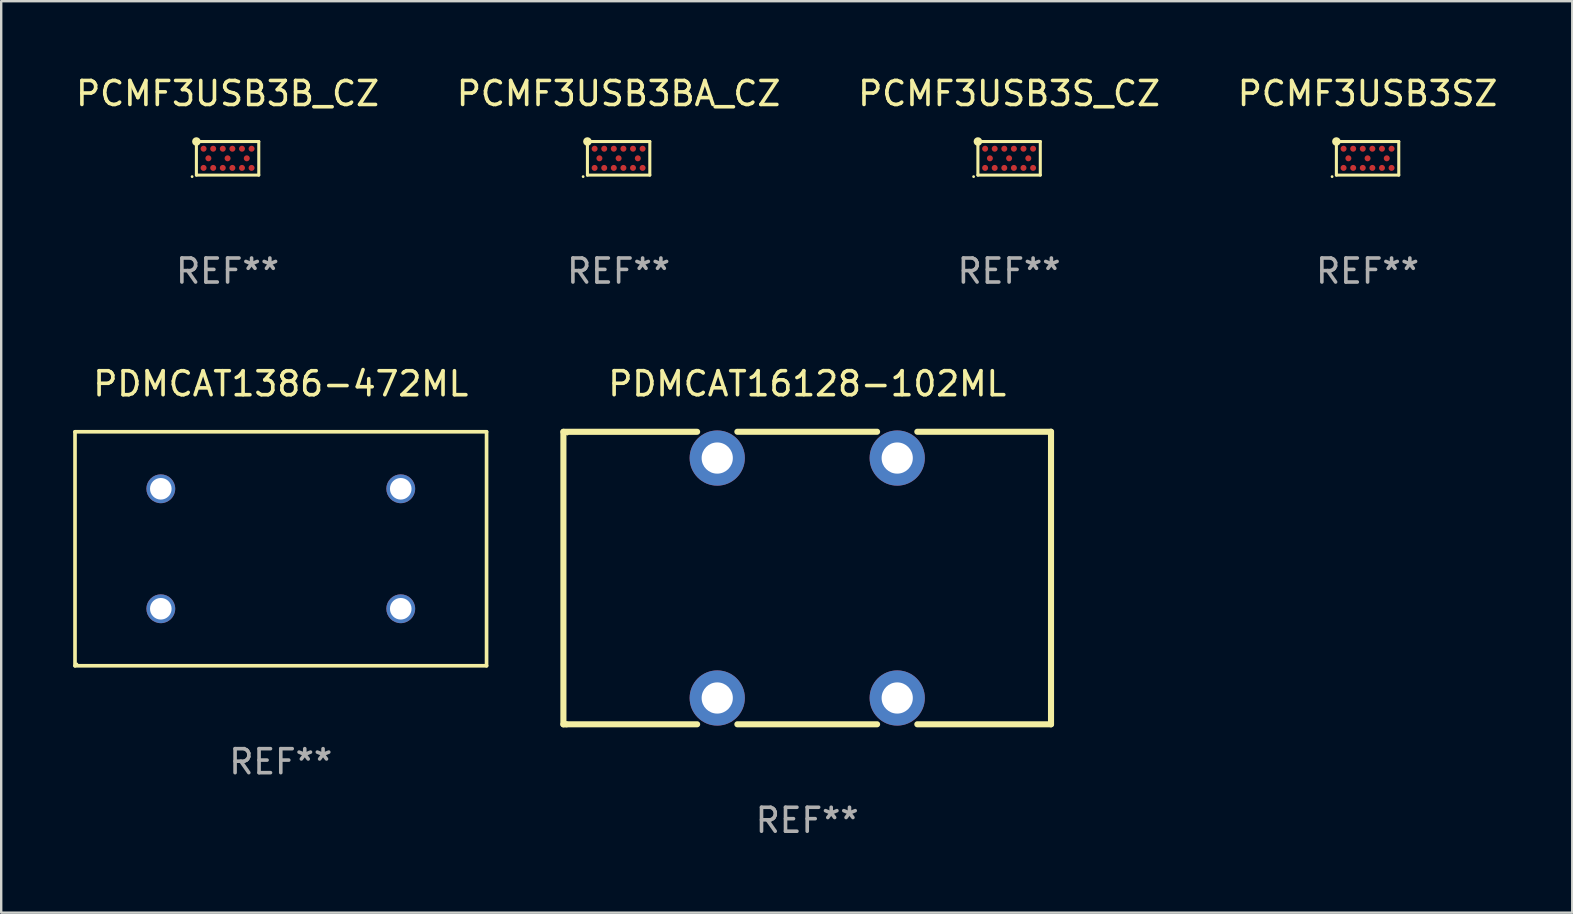
<source format=kicad_pcb>
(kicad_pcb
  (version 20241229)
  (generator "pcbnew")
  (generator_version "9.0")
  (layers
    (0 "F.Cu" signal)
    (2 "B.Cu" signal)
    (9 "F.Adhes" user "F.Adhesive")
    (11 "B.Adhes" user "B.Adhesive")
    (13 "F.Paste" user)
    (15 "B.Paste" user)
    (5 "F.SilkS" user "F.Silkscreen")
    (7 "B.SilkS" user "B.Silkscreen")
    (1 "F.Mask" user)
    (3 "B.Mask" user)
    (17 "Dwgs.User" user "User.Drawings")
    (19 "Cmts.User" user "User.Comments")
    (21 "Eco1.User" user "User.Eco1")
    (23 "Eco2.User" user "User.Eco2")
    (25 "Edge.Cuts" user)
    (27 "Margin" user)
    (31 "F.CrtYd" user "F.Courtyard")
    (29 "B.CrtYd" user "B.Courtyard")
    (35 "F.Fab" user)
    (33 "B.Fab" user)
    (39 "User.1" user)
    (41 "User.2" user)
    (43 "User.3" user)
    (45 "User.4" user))
  (footprint "PCMF3USB3SZ"
    (layer "F.Cu")
    (at 53.946 3.548)
    (property "Reference" "PCMF3USB3SZ" (at 0 -2.7 0) (layer "F.SilkS") (effects (font (size 1 1) (thickness 0.15))))
    (attr through_hole)
    (fp_line (start -1.3 -0.7) (end -1.3 0.7) (stroke (width 0.127) (type solid)) (layer "F.SilkS"))
    (fp_line (start -1.3 -0.7) (end 1.3 -0.7) (stroke (width 0.127) (type solid)) (layer "F.SilkS"))
    (fp_line (start -1.3 0.7) (end 1.3 0.7) (stroke (width 0.127) (type solid)) (layer "F.SilkS"))
    (fp_line (start 1.3 0.7) (end 1.3 -0.7) (stroke (width 0.127) (type solid)) (layer "F.SilkS"))
    (fp_circle (center -1.479 0.763) (end -1.449 0.763) (stroke (width 0.06) (type solid)) (fill no) (layer "F.SilkS"))
    (fp_circle (center -1.3 -0.7) (end -1.185 -0.7) (stroke (width 0.127) (type solid)) (fill no) (layer "F.SilkS"))
    (fp_text user "REF**" (at 0 4.7 0) (layer "F.Fab") (effects (font (size 1 1) (thickness 0.15))))
    (pad "A1" smd circle (at -1 -0.4) (size 0.25 0.25) (layers "F.Cu" "F.Mask" "F.Paste"))
    (pad "A2" smd circle (at -0.6 -0.4) (size 0.25 0.25) (layers "F.Cu" "F.Mask" "F.Paste"))
    (pad "A3" smd circle (at -0.2 -0.4) (size 0.25 0.25) (layers "F.Cu" "F.Mask" "F.Paste"))
    (pad "A4" smd circle (at 0.2 -0.4) (size 0.25 0.25) (layers "F.Cu" "F.Mask" "F.Paste"))
    (pad "A5" smd circle (at 0.6 -0.4) (size 0.25 0.25) (layers "F.Cu" "F.Mask" "F.Paste"))
    (pad "A6" smd circle (at 1 -0.4) (size 0.25 0.25) (layers "F.Cu" "F.Mask" "F.Paste"))
    (pad "B1" smd circle (at -0.8 -0.000025) (size 0.25 0.25) (layers "F.Cu" "F.Mask" "F.Paste"))
    (pad "B2" smd circle (at 0.000013 -0.000025) (size 0.25 0.25) (layers "F.Cu" "F.Mask" "F.Paste"))
    (pad "B3" smd circle (at 0.8 -0.000025) (size 0.25 0.25) (layers "F.Cu" "F.Mask" "F.Paste"))
    (pad "C1" smd circle (at -1 0.4) (size 0.25 0.25) (layers "F.Cu" "F.Mask" "F.Paste"))
    (pad "C2" smd circle (at -0.6 0.4) (size 0.25 0.25) (layers "F.Cu" "F.Mask" "F.Paste"))
    (pad "C3" smd circle (at -0.2 0.4) (size 0.25 0.25) (layers "F.Cu" "F.Mask" "F.Paste"))
    (pad "C4" smd circle (at 0.2 0.4) (size 0.25 0.25) (layers "F.Cu" "F.Mask" "F.Paste"))
    (pad "C5" smd circle (at 0.6 0.4) (size 0.25 0.25) (layers "F.Cu" "F.Mask" "F.Paste"))
    (pad "C6" smd circle (at 1 0.4) (size 0.25 0.25) (layers "F.Cu" "F.Mask" "F.Paste")))
  (footprint "PDMCAT1386-472ML"
    (layer "F.Cu")
    (at 8.652 19.821)
    (property "Reference" "PDMCAT1386-472ML" (at 0 -6.876 0) (layer "F.SilkS") (effects (font (size 1 1) (thickness 0.15))))
    (attr through_hole)
    (fp_line (start -8.576 -4.876) (end 8.576 -4.876) (stroke (width 0.152) (type solid)) (layer "F.SilkS"))
    (fp_line (start -8.576 4.876) (end -8.576 -4.876) (stroke (width 0.152) (type solid)) (layer "F.SilkS"))
    (fp_line (start 8.576 -4.876) (end 8.576 4.876) (stroke (width 0.152) (type solid)) (layer "F.SilkS"))
    (fp_line (start 8.576 4.876) (end -8.576 4.876) (stroke (width 0.152) (type solid)) (layer "F.SilkS"))
    (fp_circle (center -8.5 4.8) (end -8.47 4.8) (stroke (width 0.06) (type solid)) (fill no) (layer "F.SilkS"))
    (fp_text user "REF**" (at 0 8.876 0) (layer "F.Fab") (effects (font (size 1 1) (thickness 0.15))))
    (pad "1" thru_hole circle (at -5 2.5) (size 1.2 1.2) (drill 0.9) (layers "*.Cu" "*.Mask"))
    (pad "2" thru_hole circle (at -5 -2.5) (size 1.2 1.2) (drill 0.9) (layers "*.Cu" "*.Mask"))
    (pad "3" thru_hole circle (at 5 -2.5) (size 1.2 1.2) (drill 0.9) (layers "*.Cu" "*.Mask"))
    (pad "4" thru_hole circle (at 5 2.5) (size 1.2 1.2) (drill 0.9) (layers "*.Cu" "*.Mask")))
  (footprint "PDMCAT16128-102ML"
    (layer "F.Cu")
    (at 30.592 21.041)
    (property "Reference" "PDMCAT16128-102ML" (at 0 -8.097 0) (layer "F.SilkS") (effects (font (size 1 1) (thickness 0.15))))
    (attr through_hole)
    (fp_line (start -10.161 -6.095) (end -4.588 -6.095) (stroke (width 0.254) (type solid)) (layer "F.SilkS"))
    (fp_line (start -10.161 6.097) (end -10.161 -6.095) (stroke (width 0.254) (type solid)) (layer "F.SilkS"))
    (fp_line (start -10.034 6.097) (end -10.161 6.097) (stroke (width 0.254) (type solid)) (layer "F.SilkS"))
    (fp_line (start -4.588 6.095) (end -10.033 6.095) (stroke (width 0.254) (type solid)) (layer "F.SilkS"))
    (fp_line (start -2.911 -6.097) (end 2.912 -6.097) (stroke (width 0.254) (type solid)) (layer "F.SilkS"))
    (fp_line (start 2.912 6.095) (end -2.911 6.095) (stroke (width 0.254) (type solid)) (layer "F.SilkS"))
    (fp_line (start 4.589 -6.097) (end 10.161 -6.097) (stroke (width 0.254) (type solid)) (layer "F.SilkS"))
    (fp_line (start 10.161 -6.097) (end 10.161 6.095) (stroke (width 0.254) (type solid)) (layer "F.SilkS"))
    (fp_line (start 10.161 6.095) (end 4.589 6.095) (stroke (width 0.254) (type solid)) (layer "F.SilkS"))
    (fp_circle (center -9.999 -6.001) (end -9.969 -6.001) (stroke (width 0.06) (type solid)) (fill no) (layer "F.SilkS"))
    (fp_text user "REF**" (at 0 10.097 0) (layer "F.Fab") (effects (font (size 1 1) (thickness 0.15))))
    (pad "1" thru_hole circle (at -3.75 -5.001) (size 2.3 2.3) (drill 1.3) (layers "*.Cu" "*.Mask"))
    (pad "2" thru_hole circle (at -3.75 4.999) (size 2.3 2.3) (drill 1.3) (layers "*.Cu" "*.Mask"))
    (pad "3" thru_hole circle (at 3.751 4.999) (size 2.3 2.3) (drill 1.3) (layers "*.Cu" "*.Mask"))
    (pad "4" thru_hole circle (at 3.751 -5.001) (size 2.3 2.3) (drill 1.3) (layers "*.Cu" "*.Mask")))
  (footprint "PCMF3USB3B_CZ"
    (layer "F.Cu")
    (at 6.435 3.548)
    (property "Reference" "PCMF3USB3B_CZ" (at 0 -2.7 0) (layer "F.SilkS") (effects (font (size 1 1) (thickness 0.15))))
    (attr through_hole)
    (fp_line (start -1.3 -0.7) (end -1.3 0.7) (stroke (width 0.127) (type solid)) (layer "F.SilkS"))
    (fp_line (start -1.3 -0.7) (end 1.3 -0.7) (stroke (width 0.127) (type solid)) (layer "F.SilkS"))
    (fp_line (start -1.3 0.7) (end 1.3 0.7) (stroke (width 0.127) (type solid)) (layer "F.SilkS"))
    (fp_line (start 1.3 0.7) (end 1.3 -0.7) (stroke (width 0.127) (type solid)) (layer "F.SilkS"))
    (fp_circle (center -1.479 0.763) (end -1.449 0.763) (stroke (width 0.06) (type solid)) (fill no) (layer "F.SilkS"))
    (fp_circle (center -1.3 -0.7) (end -1.185 -0.7) (stroke (width 0.127) (type solid)) (fill no) (layer "F.SilkS"))
    (fp_text user "REF**" (at 0 4.7 0) (layer "F.Fab") (effects (font (size 1 1) (thickness 0.15))))
    (pad "A1" smd circle (at -1 -0.4) (size 0.25 0.25) (layers "F.Cu" "F.Mask" "F.Paste"))
    (pad "A2" smd circle (at -0.6 -0.4) (size 0.25 0.25) (layers "F.Cu" "F.Mask" "F.Paste"))
    (pad "A3" smd circle (at -0.2 -0.4) (size 0.25 0.25) (layers "F.Cu" "F.Mask" "F.Paste"))
    (pad "A4" smd circle (at 0.2 -0.4) (size 0.25 0.25) (layers "F.Cu" "F.Mask" "F.Paste"))
    (pad "A5" smd circle (at 0.6 -0.4) (size 0.25 0.25) (layers "F.Cu" "F.Mask" "F.Paste"))
    (pad "A6" smd circle (at 1 -0.4) (size 0.25 0.25) (layers "F.Cu" "F.Mask" "F.Paste"))
    (pad "B1" smd circle (at -0.8 -0.000025) (size 0.25 0.25) (layers "F.Cu" "F.Mask" "F.Paste"))
    (pad "B2" smd circle (at 0.000013 -0.000025) (size 0.25 0.25) (layers "F.Cu" "F.Mask" "F.Paste"))
    (pad "B3" smd circle (at 0.8 -0.000025) (size 0.25 0.25) (layers "F.Cu" "F.Mask" "F.Paste"))
    (pad "C1" smd circle (at -1 0.4) (size 0.25 0.25) (layers "F.Cu" "F.Mask" "F.Paste"))
    (pad "C2" smd circle (at -0.6 0.4) (size 0.25 0.25) (layers "F.Cu" "F.Mask" "F.Paste"))
    (pad "C3" smd circle (at -0.2 0.4) (size 0.25 0.25) (layers "F.Cu" "F.Mask" "F.Paste"))
    (pad "C4" smd circle (at 0.2 0.4) (size 0.25 0.25) (layers "F.Cu" "F.Mask" "F.Paste"))
    (pad "C5" smd circle (at 0.6 0.4) (size 0.25 0.25) (layers "F.Cu" "F.Mask" "F.Paste"))
    (pad "C6" smd circle (at 1 0.4) (size 0.25 0.25) (layers "F.Cu" "F.Mask" "F.Paste")))
  (footprint "PCMF3USB3BA_CZ"
    (layer "F.Cu")
    (at 22.732 3.548)
    (property "Reference" "PCMF3USB3BA_CZ" (at 0 -2.7 0) (layer "F.SilkS") (effects (font (size 1 1) (thickness 0.15))))
    (attr through_hole)
    (fp_line (start -1.3 -0.7) (end -1.3 0.7) (stroke (width 0.127) (type solid)) (layer "F.SilkS"))
    (fp_line (start -1.3 -0.7) (end 1.3 -0.7) (stroke (width 0.127) (type solid)) (layer "F.SilkS"))
    (fp_line (start -1.3 0.7) (end 1.3 0.7) (stroke (width 0.127) (type solid)) (layer "F.SilkS"))
    (fp_line (start 1.3 0.7) (end 1.3 -0.7) (stroke (width 0.127) (type solid)) (layer "F.SilkS"))
    (fp_circle (center -1.479 0.763) (end -1.449 0.763) (stroke (width 0.06) (type solid)) (fill no) (layer "F.SilkS"))
    (fp_circle (center -1.3 -0.7) (end -1.185 -0.7) (stroke (width 0.127) (type solid)) (fill no) (layer "F.SilkS"))
    (fp_text user "REF**" (at 0 4.7 0) (layer "F.Fab") (effects (font (size 1 1) (thickness 0.15))))
    (pad "A1" smd circle (at -1 -0.4) (size 0.25 0.25) (layers "F.Cu" "F.Mask" "F.Paste"))
    (pad "A2" smd circle (at -0.6 -0.4) (size 0.25 0.25) (layers "F.Cu" "F.Mask" "F.Paste"))
    (pad "A3" smd circle (at -0.2 -0.4) (size 0.25 0.25) (layers "F.Cu" "F.Mask" "F.Paste"))
    (pad "A4" smd circle (at 0.2 -0.4) (size 0.25 0.25) (layers "F.Cu" "F.Mask" "F.Paste"))
    (pad "A5" smd circle (at 0.6 -0.4) (size 0.25 0.25) (layers "F.Cu" "F.Mask" "F.Paste"))
    (pad "A6" smd circle (at 1 -0.4) (size 0.25 0.25) (layers "F.Cu" "F.Mask" "F.Paste"))
    (pad "B1" smd circle (at -0.8 -0.000025) (size 0.25 0.25) (layers "F.Cu" "F.Mask" "F.Paste"))
    (pad "B2" smd circle (at 0.000013 -0.000025) (size 0.25 0.25) (layers "F.Cu" "F.Mask" "F.Paste"))
    (pad "B3" smd circle (at 0.8 -0.000025) (size 0.25 0.25) (layers "F.Cu" "F.Mask" "F.Paste"))
    (pad "C1" smd circle (at -1 0.4) (size 0.25 0.25) (layers "F.Cu" "F.Mask" "F.Paste"))
    (pad "C2" smd circle (at -0.6 0.4) (size 0.25 0.25) (layers "F.Cu" "F.Mask" "F.Paste"))
    (pad "C3" smd circle (at -0.2 0.4) (size 0.25 0.25) (layers "F.Cu" "F.Mask" "F.Paste"))
    (pad "C4" smd circle (at 0.2 0.4) (size 0.25 0.25) (layers "F.Cu" "F.Mask" "F.Paste"))
    (pad "C5" smd circle (at 0.6 0.4) (size 0.25 0.25) (layers "F.Cu" "F.Mask" "F.Paste"))
    (pad "C6" smd circle (at 1 0.4) (size 0.25 0.25) (layers "F.Cu" "F.Mask" "F.Paste")))
  (footprint "PCMF3USB3S_CZ"
    (layer "F.Cu")
    (at 39.006 3.548)
    (property "Reference" "PCMF3USB3S_CZ" (at 0 -2.7 0) (layer "F.SilkS") (effects (font (size 1 1) (thickness 0.15))))
    (attr through_hole)
    (fp_line (start -1.3 -0.7) (end -1.3 0.7) (stroke (width 0.127) (type solid)) (layer "F.SilkS"))
    (fp_line (start -1.3 -0.7) (end 1.3 -0.7) (stroke (width 0.127) (type solid)) (layer "F.SilkS"))
    (fp_line (start -1.3 0.7) (end 1.3 0.7) (stroke (width 0.127) (type solid)) (layer "F.SilkS"))
    (fp_line (start 1.3 0.7) (end 1.3 -0.7) (stroke (width 0.127) (type solid)) (layer "F.SilkS"))
    (fp_circle (center -1.479 0.763) (end -1.449 0.763) (stroke (width 0.06) (type solid)) (fill no) (layer "F.SilkS"))
    (fp_circle (center -1.3 -0.7) (end -1.185 -0.7) (stroke (width 0.127) (type solid)) (fill no) (layer "F.SilkS"))
    (fp_text user "REF**" (at 0 4.7 0) (layer "F.Fab") (effects (font (size 1 1) (thickness 0.15))))
    (pad "A1" smd circle (at -1 -0.4) (size 0.25 0.25) (layers "F.Cu" "F.Mask" "F.Paste"))
    (pad "A2" smd circle (at -0.6 -0.4) (size 0.25 0.25) (layers "F.Cu" "F.Mask" "F.Paste"))
    (pad "A3" smd circle (at -0.2 -0.4) (size 0.25 0.25) (layers "F.Cu" "F.Mask" "F.Paste"))
    (pad "A4" smd circle (at 0.2 -0.4) (size 0.25 0.25) (layers "F.Cu" "F.Mask" "F.Paste"))
    (pad "A5" smd circle (at 0.6 -0.4) (size 0.25 0.25) (layers "F.Cu" "F.Mask" "F.Paste"))
    (pad "A6" smd circle (at 1 -0.4) (size 0.25 0.25) (layers "F.Cu" "F.Mask" "F.Paste"))
    (pad "B1" smd circle (at -0.8 -0.000025) (size 0.25 0.25) (layers "F.Cu" "F.Mask" "F.Paste"))
    (pad "B2" smd circle (at 0.000013 -0.000025) (size 0.25 0.25) (layers "F.Cu" "F.Mask" "F.Paste"))
    (pad "B3" smd circle (at 0.8 -0.000025) (size 0.25 0.25) (layers "F.Cu" "F.Mask" "F.Paste"))
    (pad "C1" smd circle (at -1 0.4) (size 0.25 0.25) (layers "F.Cu" "F.Mask" "F.Paste"))
    (pad "C2" smd circle (at -0.6 0.4) (size 0.25 0.25) (layers "F.Cu" "F.Mask" "F.Paste"))
    (pad "C3" smd circle (at -0.2 0.4) (size 0.25 0.25) (layers "F.Cu" "F.Mask" "F.Paste"))
    (pad "C4" smd circle (at 0.2 0.4) (size 0.25 0.25) (layers "F.Cu" "F.Mask" "F.Paste"))
    (pad "C5" smd circle (at 0.6 0.4) (size 0.25 0.25) (layers "F.Cu" "F.Mask" "F.Paste"))
    (pad "C6" smd circle (at 1 0.4) (size 0.25 0.25) (layers "F.Cu" "F.Mask" "F.Paste")))
  (gr_rect
    (start -3 -3)
    (end 62.476 34.986)
    (stroke (width 0.1) (type default))
    (fill no)
    (layer "Edge.Cuts")))
</source>
